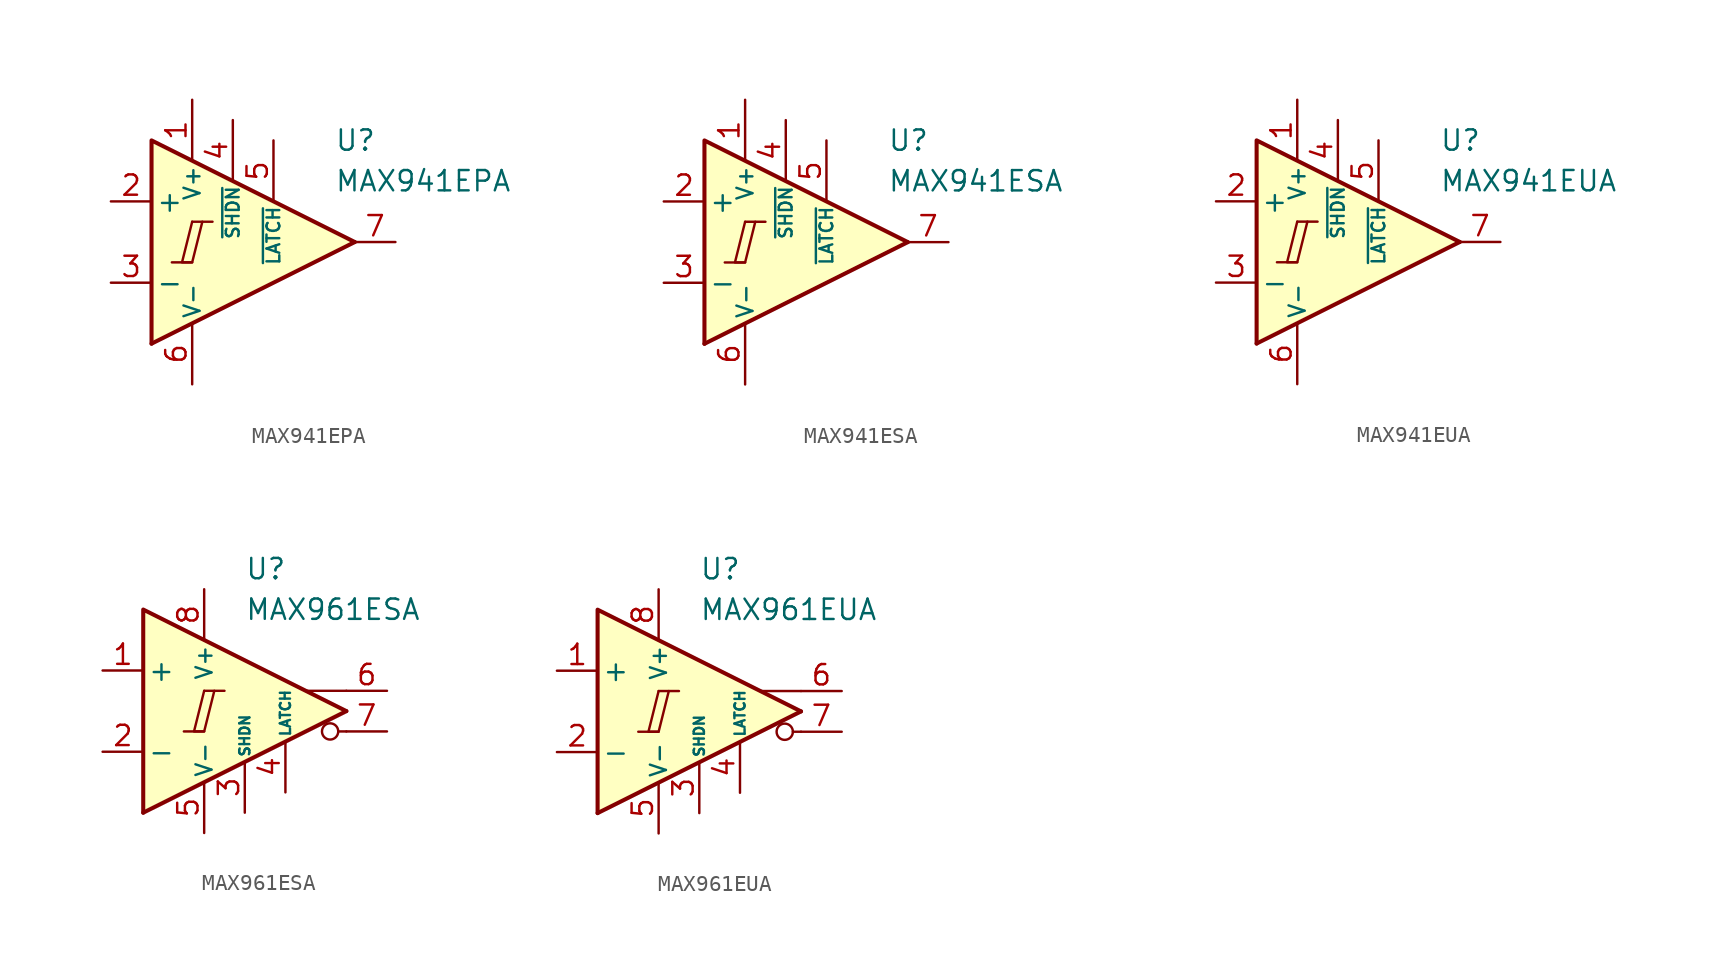
<source format=kicad_sym>
(kicad_symbol_lib
  (version 20211014)
  (generator kicad_symbol_editor)
  (symbol "MAX941EPA"
    (pin_names
      (offset 0.254))
    (property "Reference" "U"
      (at 6.35 6.35 0)
      (effects (font (size 1.27 1.27)) (justify left)))
    (property "Value" "MAX941EPA"
      (at 6.35 3.81 0)
      (effects (font (size 1.27 1.27)) (justify left)))
    (symbol "MAX941EPA_0_0"
      (polyline (pts (xy -3.81 -1.27) (xy -2.54 -1.27)) (stroke (width 0.152) (type default) (color 0 0 0 0)) (fill (type none)))
      (polyline (pts (xy -2.54 1.27) (xy -1.27 1.27)) (stroke (width 0.152) (type default) (color 0 0 0 0)) (fill (type none)))
      (polyline (pts (xy 7.62 0) (xy -5.08 -6.35)) (stroke (width 0.254) (type default) (color 0 0 0 0)) (fill (type none)))
      (polyline (pts (xy 7.62 0) (xy -5.08 6.35) (xy -5.08 -6.35)) (stroke (width 0.254) (type default) (color 0 0 0 0)) (fill (type background)))
      (polyline (pts (xy -2.54 1.27) (xy -3.175 -1.27) (xy -2.54 -1.27) (xy -1.905 1.27)) (stroke (width 0.152) (type default) (color 0 0 0 0)) (fill (type none))))
    (symbol "MAX941EPA_1_1"
      (pin power_in line (at -2.54 8.89 270) (length 3.81) (name "V+" (effects (font (size 1 1)))) (number "1" (effects (font (size 1.27 1.27)))))
      (pin input line (at -7.62 2.54 0) (length 2.54) (name "+" (effects (font (size 1.27 1.27)))) (number "2" (effects (font (size 1.27 1.27)))))
      (pin input line (at -7.62 -2.54 0) (length 2.54) (name "-" (effects (font (size 1.27 1.27)))) (number "3" (effects (font (size 1.27 1.27)))))
      (pin input line (at 0 7.62 270) (length 3.81) (name "~{SHDN}" (effects (font (size 0.8 0.8)))) (number "4" (effects (font (size 1.27 1.27)))))
      (pin input line (at 2.54 6.35 270) (length 3.81) (name "~{LATCH}" (effects (font (size 0.8 0.8)))) (number "5" (effects (font (size 1.27 1.27)))))
      (pin power_in line (at -2.54 -8.89 90) (length 3.81) (name "V-" (effects (font (size 1 1)))) (number "6" (effects (font (size 1.27 1.27)))))
      (pin output line (at 10.16 0 180) (length 2.54) (name "~" (effects (font (size 1.27 1.27)))) (number "7" (effects (font (size 1.27 1.27)))))
      (pin no_connect line (at -1.27 0 180) (length 2.54) hide (name "NC" (effects (font (size 1.27 1.27)))) (number "8" (effects (font (size 1.27 1.27)))))))
  (symbol "MAX941ESA"
    (pin_names
      (offset 0.254))
    (property "Reference" "U"
      (at 6.35 6.35 0)
      (effects (font (size 1.27 1.27)) (justify left)))
    (property "Value" "MAX941ESA"
      (at 6.35 3.81 0)
      (effects (font (size 1.27 1.27)) (justify left)))
    (symbol "MAX941ESA_0_0"
      (polyline (pts (xy -3.81 -1.27) (xy -2.54 -1.27)) (stroke (width 0.152) (type default) (color 0 0 0 0)) (fill (type none)))
      (polyline (pts (xy -2.54 1.27) (xy -1.27 1.27)) (stroke (width 0.152) (type default) (color 0 0 0 0)) (fill (type none)))
      (polyline (pts (xy 7.62 0) (xy -5.08 -6.35)) (stroke (width 0.254) (type default) (color 0 0 0 0)) (fill (type none)))
      (polyline (pts (xy 7.62 0) (xy -5.08 6.35) (xy -5.08 -6.35)) (stroke (width 0.254) (type default) (color 0 0 0 0)) (fill (type background)))
      (polyline (pts (xy -2.54 1.27) (xy -3.175 -1.27) (xy -2.54 -1.27) (xy -1.905 1.27)) (stroke (width 0.152) (type default) (color 0 0 0 0)) (fill (type none))))
    (symbol "MAX941ESA_1_1"
      (pin power_in line (at -2.54 8.89 270) (length 3.81) (name "V+" (effects (font (size 1 1)))) (number "1" (effects (font (size 1.27 1.27)))))
      (pin input line (at -7.62 2.54 0) (length 2.54) (name "+" (effects (font (size 1.27 1.27)))) (number "2" (effects (font (size 1.27 1.27)))))
      (pin input line (at -7.62 -2.54 0) (length 2.54) (name "-" (effects (font (size 1.27 1.27)))) (number "3" (effects (font (size 1.27 1.27)))))
      (pin input line (at 0 7.62 270) (length 3.81) (name "~{SHDN}" (effects (font (size 0.8 0.8)))) (number "4" (effects (font (size 1.27 1.27)))))
      (pin input line (at 2.54 6.35 270) (length 3.81) (name "~{LATCH}" (effects (font (size 0.8 0.8)))) (number "5" (effects (font (size 1.27 1.27)))))
      (pin power_in line (at -2.54 -8.89 90) (length 3.81) (name "V-" (effects (font (size 1 1)))) (number "6" (effects (font (size 1.27 1.27)))))
      (pin output line (at 10.16 0 180) (length 2.54) (name "~" (effects (font (size 1.27 1.27)))) (number "7" (effects (font (size 1.27 1.27)))))
      (pin no_connect line (at -1.27 0 180) (length 2.54) hide (name "NC" (effects (font (size 1.27 1.27)))) (number "8" (effects (font (size 1.27 1.27)))))))
  (symbol "MAX941EUA"
    (pin_names
      (offset 0.254))
    (property "Reference" "U"
      (at 6.35 6.35 0)
      (effects (font (size 1.27 1.27)) (justify left)))
    (property "Value" "MAX941EUA"
      (at 6.35 3.81 0)
      (effects (font (size 1.27 1.27)) (justify left)))
    (symbol "MAX941EUA_0_0"
      (polyline (pts (xy -3.81 -1.27) (xy -2.54 -1.27)) (stroke (width 0.152) (type default) (color 0 0 0 0)) (fill (type none)))
      (polyline (pts (xy -2.54 1.27) (xy -1.27 1.27)) (stroke (width 0.152) (type default) (color 0 0 0 0)) (fill (type none)))
      (polyline (pts (xy 7.62 0) (xy -5.08 -6.35)) (stroke (width 0.254) (type default) (color 0 0 0 0)) (fill (type none)))
      (polyline (pts (xy 7.62 0) (xy -5.08 6.35) (xy -5.08 -6.35)) (stroke (width 0.254) (type default) (color 0 0 0 0)) (fill (type background)))
      (polyline (pts (xy -2.54 1.27) (xy -3.175 -1.27) (xy -2.54 -1.27) (xy -1.905 1.27)) (stroke (width 0.152) (type default) (color 0 0 0 0)) (fill (type none))))
    (symbol "MAX941EUA_1_1"
      (pin power_in line (at -2.54 8.89 270) (length 3.81) (name "V+" (effects (font (size 1 1)))) (number "1" (effects (font (size 1.27 1.27)))))
      (pin input line (at -7.62 2.54 0) (length 2.54) (name "+" (effects (font (size 1.27 1.27)))) (number "2" (effects (font (size 1.27 1.27)))))
      (pin input line (at -7.62 -2.54 0) (length 2.54) (name "-" (effects (font (size 1.27 1.27)))) (number "3" (effects (font (size 1.27 1.27)))))
      (pin input line (at 0 7.62 270) (length 3.81) (name "~{SHDN}" (effects (font (size 0.8 0.8)))) (number "4" (effects (font (size 1.27 1.27)))))
      (pin input line (at 2.54 6.35 270) (length 3.81) (name "~{LATCH}" (effects (font (size 0.8 0.8)))) (number "5" (effects (font (size 1.27 1.27)))))
      (pin power_in line (at -2.54 -8.89 90) (length 3.81) (name "V-" (effects (font (size 1 1)))) (number "6" (effects (font (size 1.27 1.27)))))
      (pin output line (at 10.16 0 180) (length 2.54) (name "~" (effects (font (size 1.27 1.27)))) (number "7" (effects (font (size 1.27 1.27)))))
      (pin no_connect line (at -1.27 0 180) (length 2.54) hide (name "NC" (effects (font (size 1.27 1.27)))) (number "8" (effects (font (size 1.27 1.27)))))))
  (symbol "MAX961ESA"
    (pin_names
      (offset 0.254))
    (property "Reference" "U"
      (at 0 8.89 0)
      (effects (font (size 1.27 1.27)) (justify left)))
    (property "Value" "MAX961ESA"
      (at 0 6.35 0)
      (effects (font (size 1.27 1.27)) (justify left)))
    (symbol "MAX961ESA_0_0"
      (polyline (pts (xy -3.81 -1.27) (xy -2.54 -1.27)) (stroke (width 0.152) (type default) (color 0 0 0 0)) (fill (type none)))
      (polyline (pts (xy -2.54 1.27) (xy -1.27 1.27)) (stroke (width 0.152) (type default) (color 0 0 0 0)) (fill (type none)))
      (polyline (pts (xy 6.35 -1.27) (xy 5.842 -1.27)) (stroke (width 0.152) (type default) (color 0 0 0 0)) (fill (type none)))
      (polyline (pts (xy 6.35 0) (xy -6.35 -6.35)) (stroke (width 0.254) (type default) (color 0 0 0 0)) (fill (type none)))
      (polyline (pts (xy 6.35 1.27) (xy 3.81 1.27)) (stroke (width 0.152) (type default) (color 0 0 0 0)) (fill (type none)))
      (polyline (pts (xy 6.35 0) (xy -6.35 6.35) (xy -6.35 -6.35)) (stroke (width 0.254) (type default) (color 0 0 0 0)) (fill (type background)))
      (polyline (pts (xy -2.54 1.27) (xy -3.175 -1.27) (xy -2.54 -1.27) (xy -1.905 1.27)) (stroke (width 0.152) (type default) (color 0 0 0 0)) (fill (type none)))
      (circle (center 5.334 -1.27) (radius 0.508) (stroke (width 0.152) (type default) (color 0 0 0 0)) (fill (type none))))
    (symbol "MAX961ESA_1_1"
      (pin input line (at -8.89 2.54 0) (length 2.54) (name "+" (effects (font (size 1.27 1.27)))) (number "1" (effects (font (size 1.27 1.27)))))
      (pin input line (at -8.89 -2.54 0) (length 2.54) (name "-" (effects (font (size 1.27 1.27)))) (number "2" (effects (font (size 1.27 1.27)))))
      (pin input line (at 0 -6.35 90) (length 3.18) (name "SHDN" (effects (font (size 0.635 0.635)))) (number "3" (effects (font (size 1.27 1.27)))))
      (pin input line (at 2.54 -5.08 90) (length 3.18) (name "LATCH" (effects (font (size 0.635 0.635)))) (number "4" (effects (font (size 1.27 1.27)))))
      (pin power_in line (at -2.54 -7.62 90) (length 3.18) (name "V-" (effects (font (size 1 1)))) (number "5" (effects (font (size 1.27 1.27)))))
      (pin output line (at 8.89 1.27 180) (length 2.54) (name "~" (effects (font (size 1.27 1.27)))) (number "6" (effects (font (size 1.27 1.27)))))
      (pin output line (at 8.89 -1.27 180) (length 2.54) (name "~" (effects (font (size 1.27 1.27)))) (number "7" (effects (font (size 1.27 1.27)))))
      (pin power_in line (at -2.54 7.62 270) (length 3.18) (name "V+" (effects (font (size 1 1)))) (number "8" (effects (font (size 1.27 1.27)))))))
  (symbol "MAX961EUA"
    (pin_names
      (offset 0.254))
    (property "Reference" "U"
      (at 0 8.89 0)
      (effects (font (size 1.27 1.27)) (justify left)))
    (property "Value" "MAX961EUA"
      (at 0 6.35 0)
      (effects (font (size 1.27 1.27)) (justify left)))
    (symbol "MAX961EUA_0_0"
      (polyline (pts (xy -3.81 -1.27) (xy -2.54 -1.27)) (stroke (width 0.152) (type default) (color 0 0 0 0)) (fill (type none)))
      (polyline (pts (xy -2.54 1.27) (xy -1.27 1.27)) (stroke (width 0.152) (type default) (color 0 0 0 0)) (fill (type none)))
      (polyline (pts (xy 6.35 -1.27) (xy 5.842 -1.27)) (stroke (width 0.152) (type default) (color 0 0 0 0)) (fill (type none)))
      (polyline (pts (xy 6.35 0) (xy -6.35 -6.35)) (stroke (width 0.254) (type default) (color 0 0 0 0)) (fill (type none)))
      (polyline (pts (xy 6.35 1.27) (xy 3.81 1.27)) (stroke (width 0.152) (type default) (color 0 0 0 0)) (fill (type none)))
      (polyline (pts (xy 6.35 0) (xy -6.35 6.35) (xy -6.35 -6.35)) (stroke (width 0.254) (type default) (color 0 0 0 0)) (fill (type background)))
      (polyline (pts (xy -2.54 1.27) (xy -3.175 -1.27) (xy -2.54 -1.27) (xy -1.905 1.27)) (stroke (width 0.152) (type default) (color 0 0 0 0)) (fill (type none)))
      (circle (center 5.334 -1.27) (radius 0.508) (stroke (width 0.152) (type default) (color 0 0 0 0)) (fill (type none))))
    (symbol "MAX961EUA_1_1"
      (pin input line (at -8.89 2.54 0) (length 2.54) (name "+" (effects (font (size 1.27 1.27)))) (number "1" (effects (font (size 1.27 1.27)))))
      (pin input line (at -8.89 -2.54 0) (length 2.54) (name "-" (effects (font (size 1.27 1.27)))) (number "2" (effects (font (size 1.27 1.27)))))
      (pin input line (at 0 -6.35 90) (length 3.18) (name "SHDN" (effects (font (size 0.635 0.635)))) (number "3" (effects (font (size 1.27 1.27)))))
      (pin input line (at 2.54 -5.08 90) (length 3.18) (name "LATCH" (effects (font (size 0.635 0.635)))) (number "4" (effects (font (size 1.27 1.27)))))
      (pin power_in line (at -2.54 -7.62 90) (length 3.18) (name "V-" (effects (font (size 1 1)))) (number "5" (effects (font (size 1.27 1.27)))))
      (pin output line (at 8.89 1.27 180) (length 2.54) (name "~" (effects (font (size 1.27 1.27)))) (number "6" (effects (font (size 1.27 1.27)))))
      (pin output line (at 8.89 -1.27 180) (length 2.54) (name "~" (effects (font (size 1.27 1.27)))) (number "7" (effects (font (size 1.27 1.27)))))
      (pin power_in line (at -2.54 7.62 270) (length 3.18) (name "V+" (effects (font (size 1 1)))) (number "8" (effects (font (size 1.27 1.27))))))))
</source>
